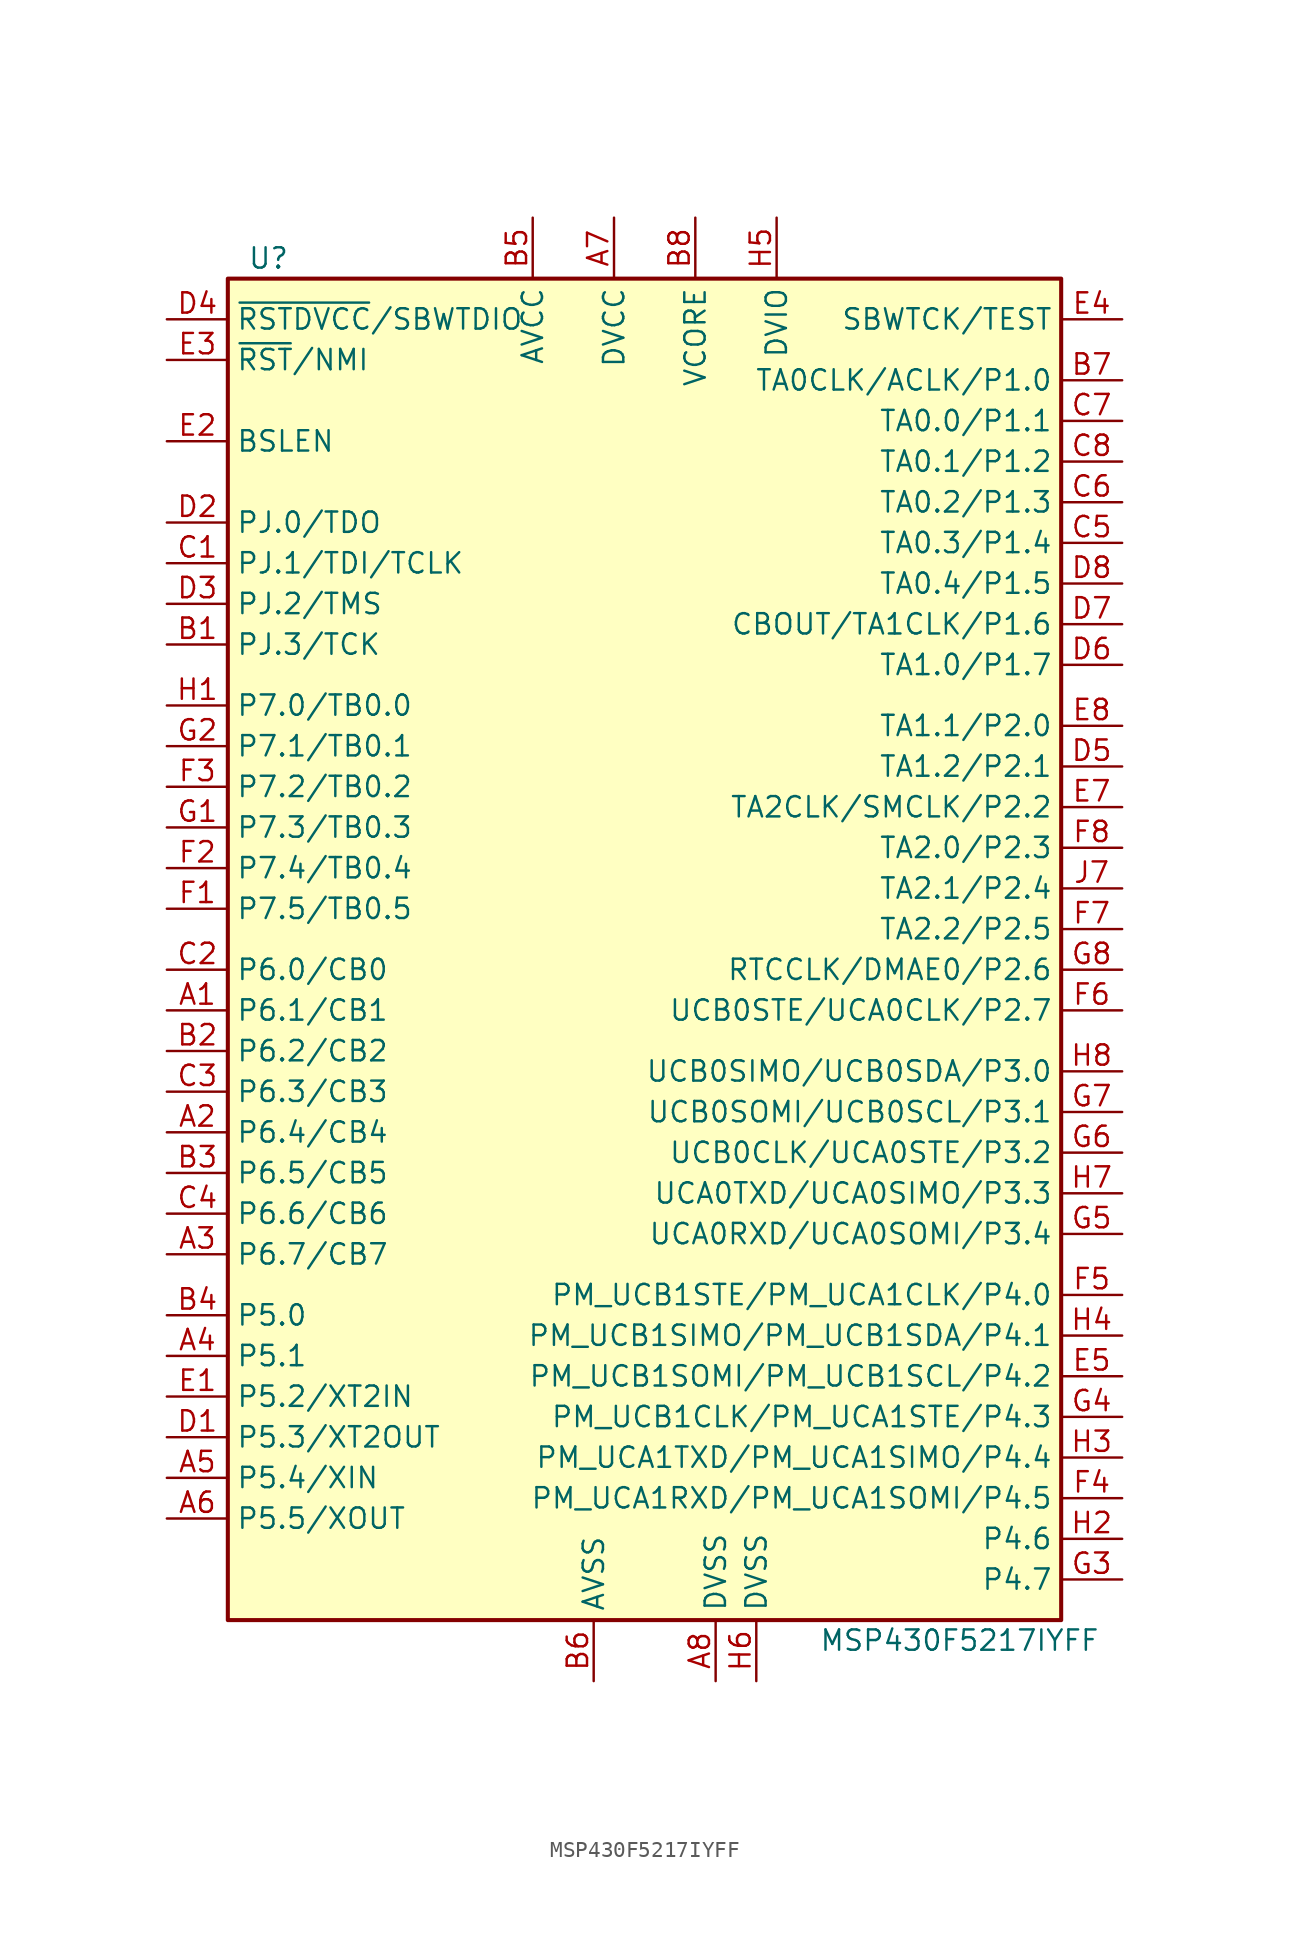
<source format=kicad_sym>
(kicad_symbol_lib
  (version 20201005)
  (generator kicad_symbol_editor)
  (symbol "MCU_Texas_MSP430:MSP430F5217IYFF"
    (property "Reference" "U"
      (at -24.13 43.18 0)
      (effects (font (size 1.27 1.27))))
    (property "Value" "MSP430F5217IYFF"
      (at 19.05 -43.18 0)
      (effects (font (size 1.27 1.27))))
    (symbol "MSP430F5217IYFF_0_1"
      (rectangle (start -26.67 41.91) (end 25.4 -41.91) (stroke (width 0.254)) (fill (type background))))
    (symbol "MSP430F5217IYFF_1_1"
      (pin bidirectional line (at -30.48 -3.81 0) (length 3.81) (name "P6.1/CB1" (effects (font (size 1.27 1.27)))) (number "A1" (effects (font (size 1.27 1.27)))))
      (pin bidirectional line (at -30.48 -11.43 0) (length 3.81) (name "P6.4/CB4" (effects (font (size 1.27 1.27)))) (number "A2" (effects (font (size 1.27 1.27)))))
      (pin bidirectional line (at -30.48 -19.05 0) (length 3.81) (name "P6.7/CB7" (effects (font (size 1.27 1.27)))) (number "A3" (effects (font (size 1.27 1.27)))))
      (pin bidirectional line (at -30.48 -25.4 0) (length 3.81) (name "P5.1" (effects (font (size 1.27 1.27)))) (number "A4" (effects (font (size 1.27 1.27)))))
      (pin bidirectional line (at -30.48 -33.02 0) (length 3.81) (name "P5.4/XIN" (effects (font (size 1.27 1.27)))) (number "A5" (effects (font (size 1.27 1.27)))))
      (pin bidirectional line (at -30.48 -35.56 0) (length 3.81) (name "P5.5/XOUT" (effects (font (size 1.27 1.27)))) (number "A6" (effects (font (size 1.27 1.27)))))
      (pin power_in line (at -2.54 45.72 270) (length 3.81) (name "DVCC" (effects (font (size 1.27 1.27)))) (number "A7" (effects (font (size 1.27 1.27)))))
      (pin power_in line (at 3.81 -45.72 90) (length 3.81) (name "DVSS" (effects (font (size 1.27 1.27)))) (number "A8" (effects (font (size 1.27 1.27)))))
      (pin bidirectional line (at -30.48 19.05 0) (length 3.81) (name "PJ.3/TCK" (effects (font (size 1.27 1.27)))) (number "B1" (effects (font (size 1.27 1.27)))))
      (pin bidirectional line (at -30.48 -6.35 0) (length 3.81) (name "P6.2/CB2" (effects (font (size 1.27 1.27)))) (number "B2" (effects (font (size 1.27 1.27)))))
      (pin bidirectional line (at -30.48 -13.97 0) (length 3.81) (name "P6.5/CB5" (effects (font (size 1.27 1.27)))) (number "B3" (effects (font (size 1.27 1.27)))))
      (pin bidirectional line (at -30.48 -22.86 0) (length 3.81) (name "P5.0" (effects (font (size 1.27 1.27)))) (number "B4" (effects (font (size 1.27 1.27)))))
      (pin power_in line (at -7.62 45.72 270) (length 3.81) (name "AVCC" (effects (font (size 1.27 1.27)))) (number "B5" (effects (font (size 1.27 1.27)))))
      (pin power_in line (at -3.81 -45.72 90) (length 3.81) (name "AVSS" (effects (font (size 1.27 1.27)))) (number "B6" (effects (font (size 1.27 1.27)))))
      (pin bidirectional line (at 29.21 35.56 180) (length 3.81) (name "TA0CLK/ACLK/P1.0" (effects (font (size 1.27 1.27)))) (number "B7" (effects (font (size 1.27 1.27)))))
      (pin power_in line (at 2.54 45.72 270) (length 3.81) (name "VCORE" (effects (font (size 1.27 1.27)))) (number "B8" (effects (font (size 1.27 1.27)))))
      (pin bidirectional line (at -30.48 24.13 0) (length 3.81) (name "PJ.1/TDI/TCLK" (effects (font (size 1.27 1.27)))) (number "C1" (effects (font (size 1.27 1.27)))))
      (pin bidirectional line (at -30.48 -1.27 0) (length 3.81) (name "P6.0/CB0" (effects (font (size 1.27 1.27)))) (number "C2" (effects (font (size 1.27 1.27)))))
      (pin bidirectional line (at -30.48 -8.89 0) (length 3.81) (name "P6.3/CB3" (effects (font (size 1.27 1.27)))) (number "C3" (effects (font (size 1.27 1.27)))))
      (pin bidirectional line (at -30.48 -16.51 0) (length 3.81) (name "P6.6/CB6" (effects (font (size 1.27 1.27)))) (number "C4" (effects (font (size 1.27 1.27)))))
      (pin bidirectional line (at 29.21 25.4 180) (length 3.81) (name "TA0.3/P1.4" (effects (font (size 1.27 1.27)))) (number "C5" (effects (font (size 1.27 1.27)))))
      (pin bidirectional line (at 29.21 27.94 180) (length 3.81) (name "TA0.2/P1.3" (effects (font (size 1.27 1.27)))) (number "C6" (effects (font (size 1.27 1.27)))))
      (pin bidirectional line (at 29.21 33.02 180) (length 3.81) (name "TA0.0/P1.1" (effects (font (size 1.27 1.27)))) (number "C7" (effects (font (size 1.27 1.27)))))
      (pin bidirectional line (at 29.21 30.48 180) (length 3.81) (name "TA0.1/P1.2" (effects (font (size 1.27 1.27)))) (number "C8" (effects (font (size 1.27 1.27)))))
      (pin bidirectional line (at -30.48 -30.48 0) (length 3.81) (name "P5.3/XT2OUT" (effects (font (size 1.27 1.27)))) (number "D1" (effects (font (size 1.27 1.27)))))
      (pin bidirectional line (at -30.48 26.67 0) (length 3.81) (name "PJ.0/TDO" (effects (font (size 1.27 1.27)))) (number "D2" (effects (font (size 1.27 1.27)))))
      (pin bidirectional line (at -30.48 21.59 0) (length 3.81) (name "PJ.2/TMS" (effects (font (size 1.27 1.27)))) (number "D3" (effects (font (size 1.27 1.27)))))
      (pin bidirectional line (at -30.48 39.37 0) (length 3.81) (name "~RSTDVCC~/SBWTDIO" (effects (font (size 1.27 1.27)))) (number "D4" (effects (font (size 1.27 1.27)))))
      (pin bidirectional line (at 29.21 11.43 180) (length 3.81) (name "TA1.2/P2.1" (effects (font (size 1.27 1.27)))) (number "D5" (effects (font (size 1.27 1.27)))))
      (pin bidirectional line (at 29.21 17.78 180) (length 3.81) (name "TA1.0/P1.7" (effects (font (size 1.27 1.27)))) (number "D6" (effects (font (size 1.27 1.27)))))
      (pin bidirectional line (at 29.21 20.32 180) (length 3.81) (name "CBOUT/TA1CLK/P1.6" (effects (font (size 1.27 1.27)))) (number "D7" (effects (font (size 1.27 1.27)))))
      (pin bidirectional line (at 29.21 22.86 180) (length 3.81) (name "TA0.4/P1.5" (effects (font (size 1.27 1.27)))) (number "D8" (effects (font (size 1.27 1.27)))))
      (pin bidirectional line (at -30.48 -27.94 0) (length 3.81) (name "P5.2/XT2IN" (effects (font (size 1.27 1.27)))) (number "E1" (effects (font (size 1.27 1.27)))))
      (pin bidirectional line (at -30.48 31.75 0) (length 3.81) (name "BSLEN" (effects (font (size 1.27 1.27)))) (number "E2" (effects (font (size 1.27 1.27)))))
      (pin input line (at -30.48 36.83 0) (length 3.81) (name "~RST~/NMI" (effects (font (size 1.27 1.27)))) (number "E3" (effects (font (size 1.27 1.27)))))
      (pin input line (at 29.21 39.37 180) (length 3.81) (name "SBWTCK/TEST" (effects (font (size 1.27 1.27)))) (number "E4" (effects (font (size 1.27 1.27)))))
      (pin bidirectional line (at 29.21 -26.67 180) (length 3.81) (name "PM_UCB1SOMI/PM_UCB1SCL/P4.2" (effects (font (size 1.27 1.27)))) (number "E5" (effects (font (size 1.27 1.27)))))
      (pin bidirectional line (at 29.21 8.89 180) (length 3.81) (name "TA2CLK/SMCLK/P2.2" (effects (font (size 1.27 1.27)))) (number "E7" (effects (font (size 1.27 1.27)))))
      (pin bidirectional line (at 29.21 13.97 180) (length 3.81) (name "TA1.1/P2.0" (effects (font (size 1.27 1.27)))) (number "E8" (effects (font (size 1.27 1.27)))))
      (pin bidirectional line (at -30.48 2.54 0) (length 3.81) (name "P7.5/TB0.5" (effects (font (size 1.27 1.27)))) (number "F1" (effects (font (size 1.27 1.27)))))
      (pin bidirectional line (at -30.48 5.08 0) (length 3.81) (name "P7.4/TB0.4" (effects (font (size 1.27 1.27)))) (number "F2" (effects (font (size 1.27 1.27)))))
      (pin bidirectional line (at -30.48 10.16 0) (length 3.81) (name "P7.2/TB0.2" (effects (font (size 1.27 1.27)))) (number "F3" (effects (font (size 1.27 1.27)))))
      (pin bidirectional line (at 29.21 -34.29 180) (length 3.81) (name "PM_UCA1RXD/PM_UCA1SOMI/P4.5" (effects (font (size 1.27 1.27)))) (number "F4" (effects (font (size 1.27 1.27)))))
      (pin bidirectional line (at 29.21 -21.59 180) (length 3.81) (name "PM_UCB1STE/PM_UCA1CLK/P4.0" (effects (font (size 1.27 1.27)))) (number "F5" (effects (font (size 1.27 1.27)))))
      (pin bidirectional line (at 29.21 -3.81 180) (length 3.81) (name "UCB0STE/UCA0CLK/P2.7" (effects (font (size 1.27 1.27)))) (number "F6" (effects (font (size 1.27 1.27)))))
      (pin bidirectional line (at 29.21 1.27 180) (length 3.81) (name "TA2.2/P2.5" (effects (font (size 1.27 1.27)))) (number "F7" (effects (font (size 1.27 1.27)))))
      (pin bidirectional line (at 29.21 6.35 180) (length 3.81) (name "TA2.0/P2.3" (effects (font (size 1.27 1.27)))) (number "F8" (effects (font (size 1.27 1.27)))))
      (pin bidirectional line (at -30.48 7.62 0) (length 3.81) (name "P7.3/TB0.3" (effects (font (size 1.27 1.27)))) (number "G1" (effects (font (size 1.27 1.27)))))
      (pin bidirectional line (at -30.48 12.7 0) (length 3.81) (name "P7.1/TB0.1" (effects (font (size 1.27 1.27)))) (number "G2" (effects (font (size 1.27 1.27)))))
      (pin bidirectional line (at 29.21 -39.37 180) (length 3.81) (name "P4.7" (effects (font (size 1.27 1.27)))) (number "G3" (effects (font (size 1.27 1.27)))))
      (pin bidirectional line (at 29.21 -29.21 180) (length 3.81) (name "PM_UCB1CLK/PM_UCA1STE/P4.3" (effects (font (size 1.27 1.27)))) (number "G4" (effects (font (size 1.27 1.27)))))
      (pin bidirectional line (at 29.21 -17.78 180) (length 3.81) (name "UCA0RXD/UCA0SOMI/P3.4" (effects (font (size 1.27 1.27)))) (number "G5" (effects (font (size 1.27 1.27)))))
      (pin bidirectional line (at 29.21 -12.7 180) (length 3.81) (name "UCB0CLK/UCA0STE/P3.2" (effects (font (size 1.27 1.27)))) (number "G6" (effects (font (size 1.27 1.27)))))
      (pin bidirectional line (at 29.21 -10.16 180) (length 3.81) (name "UCB0SOMI/UCB0SCL/P3.1" (effects (font (size 1.27 1.27)))) (number "G7" (effects (font (size 1.27 1.27)))))
      (pin bidirectional line (at 29.21 -1.27 180) (length 3.81) (name "RTCCLK/DMAE0/P2.6" (effects (font (size 1.27 1.27)))) (number "G8" (effects (font (size 1.27 1.27)))))
      (pin bidirectional line (at -30.48 15.24 0) (length 3.81) (name "P7.0/TB0.0" (effects (font (size 1.27 1.27)))) (number "H1" (effects (font (size 1.27 1.27)))))
      (pin bidirectional line (at 29.21 -36.83 180) (length 3.81) (name "P4.6" (effects (font (size 1.27 1.27)))) (number "H2" (effects (font (size 1.27 1.27)))))
      (pin bidirectional line (at 29.21 -31.75 180) (length 3.81) (name "PM_UCA1TXD/PM_UCA1SIMO/P4.4" (effects (font (size 1.27 1.27)))) (number "H3" (effects (font (size 1.27 1.27)))))
      (pin bidirectional line (at 29.21 -24.13 180) (length 3.81) (name "PM_UCB1SIMO/PM_UCB1SDA/P4.1" (effects (font (size 1.27 1.27)))) (number "H4" (effects (font (size 1.27 1.27)))))
      (pin power_in line (at 7.62 45.72 270) (length 3.81) (name "DVIO" (effects (font (size 1.27 1.27)))) (number "H5" (effects (font (size 1.27 1.27)))))
      (pin power_in line (at 6.35 -45.72 90) (length 3.81) (name "DVSS" (effects (font (size 1.27 1.27)))) (number "H6" (effects (font (size 1.27 1.27)))))
      (pin bidirectional line (at 29.21 -15.24 180) (length 3.81) (name "UCA0TXD/UCA0SIMO/P3.3" (effects (font (size 1.27 1.27)))) (number "H7" (effects (font (size 1.27 1.27)))))
      (pin bidirectional line (at 29.21 -7.62 180) (length 3.81) (name "UCB0SIMO/UCB0SDA/P3.0" (effects (font (size 1.27 1.27)))) (number "H8" (effects (font (size 1.27 1.27)))))
      (pin bidirectional line (at 29.21 3.81 180) (length 3.81) (name "TA2.1/P2.4" (effects (font (size 1.27 1.27)))) (number "J7" (effects (font (size 1.27 1.27))))))))
</source>
